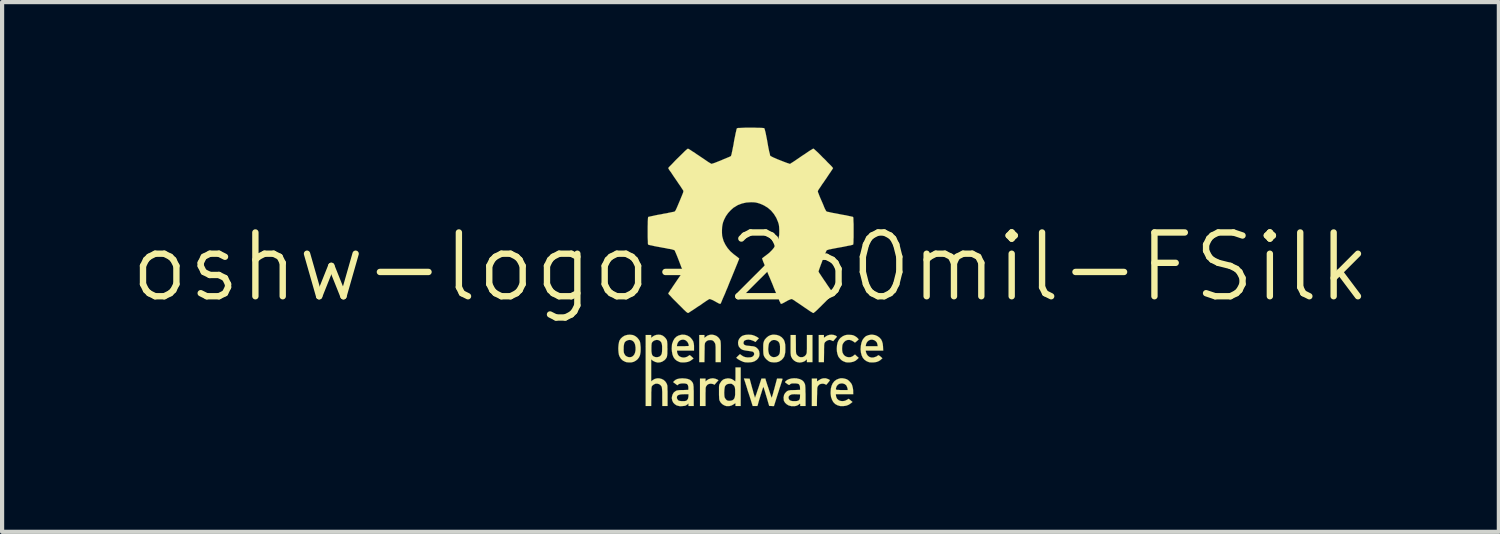
<source format=kicad_pcb>
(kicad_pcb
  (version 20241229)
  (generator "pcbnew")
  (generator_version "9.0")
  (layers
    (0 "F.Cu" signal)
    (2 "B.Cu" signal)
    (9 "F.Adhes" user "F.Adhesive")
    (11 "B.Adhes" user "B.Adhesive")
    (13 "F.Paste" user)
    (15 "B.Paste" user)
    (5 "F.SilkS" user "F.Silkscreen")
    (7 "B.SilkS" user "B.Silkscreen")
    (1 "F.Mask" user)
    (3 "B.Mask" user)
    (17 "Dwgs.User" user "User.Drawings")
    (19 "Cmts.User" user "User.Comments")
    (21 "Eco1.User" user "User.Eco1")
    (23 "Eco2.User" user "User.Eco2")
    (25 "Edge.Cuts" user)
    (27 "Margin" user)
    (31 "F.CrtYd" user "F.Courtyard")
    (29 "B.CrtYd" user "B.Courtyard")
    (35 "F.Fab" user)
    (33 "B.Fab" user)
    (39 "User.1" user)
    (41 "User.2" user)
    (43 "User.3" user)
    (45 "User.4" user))
  (footprint "oshw-logo-250mil-FSilk"
    (layer "F.Cu")
    (at 14.881 3.331)
    (property "Reference" "oshw-logo-250mil-FSilk" (at 0 0 0) (layer "F.SilkS") (effects (font (size 1.524 1.524) (thickness 0.152))))
    (attr through_hole)
    (fp_poly (pts (xy 2.068 1.664) (xy 2.022 1.717) (xy 1.976 1.77) (xy 1.943 1.755) (xy 1.9 1.74) (xy 1.859 1.745) (xy 1.819 1.763) (xy 1.783 1.793) (xy 1.778 1.801) (xy 1.773 1.808) (xy 1.768 1.819) (xy 1.765 1.831) (xy 1.763 1.849) (xy 1.76 1.875) (xy 1.76 1.91) (xy 1.758 1.956) (xy 1.758 2.017) (xy 1.758 2.047) (xy 1.755 2.271) (xy 1.694 2.271) (xy 1.631 2.271) (xy 1.631 1.948) (xy 1.631 1.623) (xy 1.694 1.623) (xy 1.755 1.623) (xy 1.755 1.656) (xy 1.755 1.689) (xy 1.788 1.666) (xy 1.831 1.638) (xy 1.882 1.621) (xy 1.935 1.615) (xy 1.986 1.621) (xy 2.032 1.636) (xy 2.047 1.646) (xy 2.068 1.664)) (stroke (width 0.003) (type solid)) (fill yes) (layer "F.SilkS"))
    (fp_poly (pts (xy -0.765 2.705) (xy -0.813 2.758) (xy -0.859 2.812) (xy -0.884 2.799) (xy -0.919 2.789) (xy -0.958 2.786) (xy -0.996 2.794) (xy -1.013 2.802) (xy -1.034 2.817) (xy -1.054 2.842) (xy -1.057 2.847) (xy -1.062 2.857) (xy -1.067 2.868) (xy -1.069 2.883) (xy -1.072 2.901) (xy -1.072 2.926) (xy -1.072 2.962) (xy -1.074 3.01) (xy -1.074 3.071) (xy -1.074 3.099) (xy -1.074 3.32) (xy -1.14 3.32) (xy -1.206 3.32) (xy -1.206 2.992) (xy -1.206 2.664) (xy -1.14 2.664) (xy -1.074 2.664) (xy -1.074 2.697) (xy -1.074 2.733) (xy -1.054 2.715) (xy -1.008 2.682) (xy -0.955 2.664) (xy -0.897 2.657) (xy -0.843 2.667) (xy -0.792 2.687) (xy -0.765 2.705)) (stroke (width 0.003) (type solid)) (fill yes) (layer "F.SilkS"))
    (fp_poly (pts (xy 1.897 2.705) (xy 1.892 2.713) (xy 1.88 2.731) (xy 1.862 2.753) (xy 1.844 2.776) (xy 1.826 2.797) (xy 1.814 2.809) (xy 1.808 2.814) (xy 1.801 2.809) (xy 1.783 2.799) (xy 1.755 2.789) (xy 1.72 2.786) (xy 1.681 2.791) (xy 1.654 2.802) (xy 1.631 2.819) (xy 1.613 2.845) (xy 1.61 2.847) (xy 1.605 2.857) (xy 1.6 2.868) (xy 1.598 2.883) (xy 1.595 2.903) (xy 1.595 2.931) (xy 1.593 2.969) (xy 1.593 3.018) (xy 1.59 3.081) (xy 1.59 3.099) (xy 1.587 3.32) (xy 1.527 3.32) (xy 1.466 3.32) (xy 1.466 2.992) (xy 1.466 2.664) (xy 1.527 2.664) (xy 1.59 2.664) (xy 1.59 2.697) (xy 1.59 2.718) (xy 1.593 2.728) (xy 1.593 2.731) (xy 1.603 2.725) (xy 1.618 2.713) (xy 1.636 2.703) (xy 1.681 2.675) (xy 1.732 2.659) (xy 1.786 2.657) (xy 1.793 2.657) (xy 1.821 2.664) (xy 1.849 2.675) (xy 1.875 2.685) (xy 1.892 2.697) (xy 1.897 2.705)) (stroke (width 0.003) (type solid)) (fill yes) (layer "F.SilkS"))
    (fp_poly (pts (xy -0.709 2.271) (xy -0.77 2.271) (xy -0.833 2.271) (xy -0.833 2.062) (xy -0.833 1.996) (xy -0.833 1.946) (xy -0.833 1.908) (xy -0.836 1.88) (xy -0.836 1.859) (xy -0.841 1.841) (xy -0.843 1.831) (xy -0.848 1.819) (xy -0.851 1.814) (xy -0.874 1.778) (xy -0.902 1.755) (xy -0.937 1.745) (xy -0.965 1.745) (xy -1.006 1.748) (xy -1.039 1.763) (xy -1.069 1.788) (xy -1.077 1.801) (xy -1.082 1.808) (xy -1.087 1.819) (xy -1.09 1.831) (xy -1.092 1.849) (xy -1.095 1.875) (xy -1.095 1.91) (xy -1.095 1.956) (xy -1.097 2.017) (xy -1.097 2.047) (xy -1.1 2.271) (xy -1.161 2.271) (xy -1.224 2.271) (xy -1.224 1.948) (xy -1.224 1.623) (xy -1.161 1.623) (xy -1.1 1.623) (xy -1.1 1.656) (xy -1.1 1.692) (xy -1.072 1.669) (xy -1.024 1.636) (xy -0.968 1.618) (xy -0.914 1.615) (xy -0.861 1.626) (xy -0.813 1.646) (xy -0.77 1.679) (xy -0.734 1.725) (xy -0.716 1.763) (xy -0.714 1.783) (xy -0.711 1.819) (xy -0.709 1.872) (xy -0.709 1.941) (xy -0.709 2.027) (xy -0.709 2.032) (xy -0.709 2.271)) (stroke (width 0.003) (type solid)) (fill yes) (layer "F.SilkS"))
    (fp_poly (pts (xy 1.481 2.271) (xy 1.415 2.271) (xy 1.349 2.271) (xy 1.349 2.238) (xy 1.349 2.202) (xy 1.326 2.225) (xy 1.283 2.256) (xy 1.232 2.273) (xy 1.176 2.281) (xy 1.123 2.273) (xy 1.09 2.263) (xy 1.041 2.233) (xy 1.001 2.192) (xy 0.973 2.141) (xy 0.968 2.126) (xy 0.965 2.111) (xy 0.963 2.093) (xy 0.96 2.07) (xy 0.958 2.04) (xy 0.958 2.002) (xy 0.958 1.948) (xy 0.958 1.885) (xy 0.958 1.859) (xy 0.958 1.623) (xy 1.019 1.623) (xy 1.082 1.623) (xy 1.085 1.841) (xy 1.085 1.908) (xy 1.085 1.961) (xy 1.087 1.999) (xy 1.087 2.029) (xy 1.09 2.05) (xy 1.092 2.065) (xy 1.097 2.078) (xy 1.102 2.088) (xy 1.133 2.123) (xy 1.168 2.146) (xy 1.201 2.154) (xy 1.247 2.151) (xy 1.285 2.136) (xy 1.318 2.106) (xy 1.331 2.085) (xy 1.336 2.075) (xy 1.341 2.062) (xy 1.344 2.045) (xy 1.346 2.024) (xy 1.346 1.996) (xy 1.349 1.958) (xy 1.349 1.908) (xy 1.349 1.844) (xy 1.349 1.836) (xy 1.349 1.623) (xy 1.415 1.623) (xy 1.481 1.623) (xy 1.481 1.948) (xy 1.481 2.271)) (stroke (width 0.003) (type solid)) (fill yes) (layer "F.SilkS"))
    (fp_poly (pts (xy 2.586 2.169) (xy 2.555 2.2) (xy 2.51 2.238) (xy 2.454 2.263) (xy 2.39 2.276) (xy 2.362 2.278) (xy 2.311 2.278) (xy 2.273 2.273) (xy 2.263 2.268) (xy 2.238 2.258) (xy 2.212 2.248) (xy 2.187 2.233) (xy 2.159 2.21) (xy 2.131 2.179) (xy 2.108 2.151) (xy 2.098 2.134) (xy 2.078 2.078) (xy 2.065 2.012) (xy 2.062 1.948) (xy 2.068 1.867) (xy 2.083 1.798) (xy 2.111 1.74) (xy 2.149 1.694) (xy 2.2 1.656) (xy 2.22 1.646) (xy 2.248 1.633) (xy 2.271 1.626) (xy 2.296 1.621) (xy 2.324 1.618) (xy 2.355 1.618) (xy 2.395 1.621) (xy 2.423 1.623) (xy 2.446 1.628) (xy 2.471 1.636) (xy 2.479 1.641) (xy 2.512 1.659) (xy 2.543 1.681) (xy 2.555 1.694) (xy 2.586 1.727) (xy 2.543 1.768) (xy 2.497 1.806) (xy 2.459 1.778) (xy 2.413 1.753) (xy 2.367 1.74) (xy 2.319 1.742) (xy 2.276 1.758) (xy 2.24 1.788) (xy 2.212 1.826) (xy 2.197 1.859) (xy 2.192 1.902) (xy 2.189 1.953) (xy 2.192 2.002) (xy 2.2 2.045) (xy 2.223 2.088) (xy 2.253 2.121) (xy 2.294 2.144) (xy 2.337 2.154) (xy 2.383 2.154) (xy 2.428 2.139) (xy 2.469 2.111) (xy 2.474 2.108) (xy 2.497 2.088) (xy 2.54 2.129) (xy 2.586 2.169)) (stroke (width 0.003) (type solid)) (fill yes) (layer "F.SilkS"))
    (fp_poly (pts (xy 3.172 1.996) (xy 3.04 1.996) (xy 3.04 1.89) (xy 3.035 1.854) (xy 3.023 1.808) (xy 2.995 1.773) (xy 2.959 1.748) (xy 2.916 1.735) (xy 2.875 1.735) (xy 2.832 1.75) (xy 2.797 1.778) (xy 2.771 1.816) (xy 2.758 1.859) (xy 2.753 1.89) (xy 2.896 1.89) (xy 3.04 1.89) (xy 3.04 1.996) (xy 2.962 1.996) (xy 2.753 1.996) (xy 2.758 2.029) (xy 2.776 2.078) (xy 2.804 2.118) (xy 2.84 2.146) (xy 2.885 2.162) (xy 2.934 2.162) (xy 2.985 2.146) (xy 3.012 2.136) (xy 3.03 2.123) (xy 3.038 2.118) (xy 3.048 2.108) (xy 3.061 2.108) (xy 3.078 2.116) (xy 3.104 2.136) (xy 3.111 2.141) (xy 3.152 2.179) (xy 3.127 2.202) (xy 3.094 2.23) (xy 3.058 2.25) (xy 3.018 2.266) (xy 2.982 2.273) (xy 2.936 2.278) (xy 2.891 2.278) (xy 2.847 2.276) (xy 2.835 2.273) (xy 2.776 2.25) (xy 2.725 2.215) (xy 2.685 2.169) (xy 2.657 2.111) (xy 2.639 2.042) (xy 2.631 1.966) (xy 2.637 1.882) (xy 2.652 1.806) (xy 2.677 1.742) (xy 2.713 1.692) (xy 2.758 1.651) (xy 2.814 1.628) (xy 2.878 1.615) (xy 2.913 1.615) (xy 2.977 1.626) (xy 3.03 1.648) (xy 3.078 1.681) (xy 3.094 1.697) (xy 3.124 1.732) (xy 3.145 1.778) (xy 3.16 1.831) (xy 3.167 1.897) (xy 3.167 1.913) (xy 3.172 1.996)) (stroke (width 0.003) (type solid)) (fill yes) (layer "F.SilkS"))
    (fp_poly (pts (xy -2.624 1.976) (xy -2.626 2.029) (xy -2.634 2.078) (xy -2.642 2.113) (xy -2.664 2.159) (xy -2.697 2.202) (xy -2.741 2.238) (xy -2.746 2.24) (xy -2.746 1.92) (xy -2.756 1.854) (xy -2.774 1.808) (xy -2.802 1.773) (xy -2.837 1.75) (xy -2.88 1.74) (xy -2.924 1.745) (xy -2.969 1.765) (xy -2.992 1.783) (xy -3.01 1.808) (xy -3.02 1.841) (xy -3.028 1.887) (xy -3.03 1.946) (xy -3.03 1.948) (xy -3.03 1.991) (xy -3.028 2.022) (xy -3.025 2.045) (xy -3.018 2.065) (xy -3.01 2.08) (xy -2.985 2.118) (xy -2.946 2.141) (xy -2.903 2.154) (xy -2.86 2.151) (xy -2.835 2.144) (xy -2.802 2.121) (xy -2.774 2.085) (xy -2.756 2.04) (xy -2.746 1.984) (xy -2.746 1.92) (xy -2.746 2.24) (xy -2.784 2.261) (xy -2.797 2.266) (xy -2.85 2.278) (xy -2.906 2.278) (xy -2.962 2.273) (xy -2.992 2.263) (xy -3.048 2.235) (xy -3.094 2.192) (xy -3.124 2.144) (xy -3.142 2.101) (xy -3.152 2.045) (xy -3.157 1.981) (xy -3.157 1.915) (xy -3.152 1.854) (xy -3.142 1.798) (xy -3.132 1.76) (xy -3.099 1.709) (xy -3.056 1.669) (xy -3.005 1.638) (xy -2.946 1.621) (xy -2.883 1.615) (xy -2.817 1.623) (xy -2.797 1.628) (xy -2.751 1.651) (xy -2.708 1.684) (xy -2.672 1.727) (xy -2.644 1.773) (xy -2.642 1.781) (xy -2.634 1.816) (xy -2.629 1.864) (xy -2.624 1.918) (xy -2.624 1.976)) (stroke (width 0.003) (type solid)) (fill yes) (layer "F.SilkS"))
    (fp_poly (pts (xy 2.456 3.038) (xy 2.322 3.038) (xy 2.322 2.939) (xy 2.322 2.916) (xy 2.316 2.888) (xy 2.304 2.857) (xy 2.289 2.827) (xy 2.281 2.819) (xy 2.248 2.794) (xy 2.205 2.781) (xy 2.179 2.779) (xy 2.131 2.786) (xy 2.093 2.807) (xy 2.062 2.842) (xy 2.047 2.88) (xy 2.042 2.901) (xy 2.04 2.916) (xy 2.045 2.926) (xy 2.057 2.931) (xy 2.078 2.936) (xy 2.111 2.936) (xy 2.156 2.939) (xy 2.184 2.939) (xy 2.322 2.939) (xy 2.322 3.038) (xy 2.248 3.038) (xy 2.04 3.038) (xy 2.04 3.056) (xy 2.045 3.086) (xy 2.055 3.119) (xy 2.07 3.147) (xy 2.078 3.155) (xy 2.113 3.185) (xy 2.159 3.2) (xy 2.207 3.203) (xy 2.258 3.195) (xy 2.304 3.172) (xy 2.347 3.147) (xy 2.393 3.185) (xy 2.438 3.223) (xy 2.4 3.254) (xy 2.349 3.289) (xy 2.289 3.312) (xy 2.22 3.322) (xy 2.154 3.322) (xy 2.141 3.32) (xy 2.078 3.302) (xy 2.024 3.272) (xy 1.979 3.226) (xy 1.948 3.17) (xy 1.925 3.104) (xy 1.915 3.025) (xy 1.915 2.99) (xy 1.92 2.908) (xy 1.938 2.837) (xy 1.966 2.776) (xy 2.004 2.728) (xy 2.055 2.69) (xy 2.113 2.667) (xy 2.154 2.657) (xy 2.197 2.657) (xy 2.245 2.664) (xy 2.289 2.677) (xy 2.309 2.685) (xy 2.344 2.71) (xy 2.38 2.746) (xy 2.41 2.784) (xy 2.418 2.797) (xy 2.433 2.837) (xy 2.446 2.891) (xy 2.454 2.946) (xy 2.454 2.995) (xy 2.456 3.038)) (stroke (width 0.003) (type solid)) (fill yes) (layer "F.SilkS"))
    (fp_poly (pts (xy 0.833 1.976) (xy 0.831 2.037) (xy 0.82 2.09) (xy 0.808 2.134) (xy 0.808 2.136) (xy 0.78 2.179) (xy 0.742 2.22) (xy 0.706 2.243) (xy 0.706 1.948) (xy 0.706 1.89) (xy 0.699 1.844) (xy 0.688 1.811) (xy 0.671 1.786) (xy 0.645 1.765) (xy 0.632 1.758) (xy 0.587 1.742) (xy 0.541 1.742) (xy 0.5 1.758) (xy 0.465 1.791) (xy 0.452 1.806) (xy 0.439 1.834) (xy 0.432 1.872) (xy 0.427 1.92) (xy 0.424 1.968) (xy 0.429 2.017) (xy 0.437 2.055) (xy 0.445 2.08) (xy 0.472 2.118) (xy 0.511 2.144) (xy 0.551 2.154) (xy 0.597 2.149) (xy 0.632 2.136) (xy 0.66 2.118) (xy 0.681 2.095) (xy 0.696 2.068) (xy 0.704 2.027) (xy 0.706 1.974) (xy 0.706 1.948) (xy 0.706 2.243) (xy 0.696 2.25) (xy 0.671 2.263) (xy 0.615 2.276) (xy 0.554 2.278) (xy 0.493 2.271) (xy 0.47 2.266) (xy 0.434 2.248) (xy 0.396 2.217) (xy 0.381 2.205) (xy 0.356 2.177) (xy 0.335 2.149) (xy 0.32 2.118) (xy 0.31 2.08) (xy 0.307 2.037) (xy 0.305 1.981) (xy 0.305 1.948) (xy 0.305 1.885) (xy 0.307 1.834) (xy 0.315 1.793) (xy 0.328 1.76) (xy 0.343 1.732) (xy 0.368 1.704) (xy 0.381 1.689) (xy 0.427 1.651) (xy 0.475 1.628) (xy 0.531 1.615) (xy 0.572 1.615) (xy 0.635 1.623) (xy 0.693 1.643) (xy 0.744 1.676) (xy 0.785 1.72) (xy 0.808 1.76) (xy 0.82 1.801) (xy 0.831 1.854) (xy 0.833 1.915) (xy 0.833 1.976)) (stroke (width 0.003) (type solid)) (fill yes) (layer "F.SilkS"))
    (fp_poly (pts (xy -1.349 1.996) (xy -1.473 1.996) (xy -1.473 1.88) (xy -1.478 1.849) (xy -1.491 1.816) (xy -1.509 1.786) (xy -1.514 1.781) (xy -1.549 1.75) (xy -1.59 1.735) (xy -1.636 1.735) (xy -1.679 1.748) (xy -1.714 1.775) (xy -1.74 1.814) (xy -1.753 1.854) (xy -1.758 1.89) (xy -1.615 1.89) (xy -1.562 1.89) (xy -1.521 1.887) (xy -1.494 1.887) (xy -1.478 1.885) (xy -1.473 1.88) (xy -1.473 1.996) (xy -1.552 1.996) (xy -1.755 1.996) (xy -1.755 2.019) (xy -1.75 2.052) (xy -1.735 2.088) (xy -1.714 2.118) (xy -1.702 2.129) (xy -1.661 2.151) (xy -1.613 2.162) (xy -1.565 2.159) (xy -1.516 2.144) (xy -1.473 2.116) (xy -1.468 2.113) (xy -1.46 2.106) (xy -1.45 2.106) (xy -1.44 2.111) (xy -1.422 2.126) (xy -1.407 2.139) (xy -1.361 2.182) (xy -1.389 2.207) (xy -1.44 2.243) (xy -1.496 2.266) (xy -1.56 2.276) (xy -1.585 2.278) (xy -1.631 2.278) (xy -1.666 2.276) (xy -1.697 2.268) (xy -1.702 2.266) (xy -1.76 2.238) (xy -1.806 2.2) (xy -1.841 2.149) (xy -1.864 2.088) (xy -1.877 2.014) (xy -1.882 1.953) (xy -1.88 1.913) (xy -1.877 1.875) (xy -1.875 1.847) (xy -1.872 1.834) (xy -1.847 1.765) (xy -1.814 1.707) (xy -1.77 1.664) (xy -1.72 1.636) (xy -1.656 1.618) (xy -1.631 1.615) (xy -1.567 1.618) (xy -1.509 1.636) (xy -1.458 1.664) (xy -1.427 1.692) (xy -1.394 1.732) (xy -1.369 1.773) (xy -1.356 1.819) (xy -1.349 1.875) (xy -1.349 1.915) (xy -1.349 1.996)) (stroke (width 0.003) (type solid)) (fill yes) (layer "F.SilkS"))
    (fp_poly (pts (xy 0.216 2.07) (xy 0.211 2.126) (xy 0.188 2.174) (xy 0.152 2.215) (xy 0.102 2.248) (xy 0.091 2.253) (xy 0.048 2.268) (xy -0.008 2.276) (xy -0.064 2.278) (xy -0.119 2.276) (xy -0.168 2.266) (xy -0.239 2.235) (xy -0.3 2.2) (xy -0.31 2.192) (xy -0.34 2.167) (xy -0.297 2.123) (xy -0.251 2.08) (xy -0.213 2.108) (xy -0.173 2.134) (xy -0.127 2.151) (xy -0.076 2.159) (xy -0.046 2.159) (xy 0.003 2.156) (xy 0.038 2.146) (xy 0.066 2.126) (xy 0.076 2.113) (xy 0.089 2.085) (xy 0.086 2.057) (xy 0.071 2.032) (xy 0.064 2.027) (xy 0.046 2.019) (xy 0.018 2.014) (xy -0.023 2.007) (xy -0.061 2.002) (xy -0.117 1.994) (xy -0.157 1.986) (xy -0.191 1.976) (xy -0.216 1.963) (xy -0.241 1.943) (xy -0.244 1.941) (xy -0.277 1.9) (xy -0.292 1.857) (xy -0.297 1.808) (xy -0.29 1.76) (xy -0.269 1.714) (xy -0.236 1.674) (xy -0.196 1.643) (xy -0.185 1.641) (xy -0.147 1.626) (xy -0.099 1.618) (xy -0.046 1.615) (xy 0.005 1.618) (xy 0.043 1.623) (xy 0.089 1.638) (xy 0.135 1.659) (xy 0.173 1.681) (xy 0.18 1.687) (xy 0.201 1.702) (xy 0.16 1.745) (xy 0.119 1.791) (xy 0.074 1.765) (xy 0.01 1.742) (xy -0.051 1.732) (xy -0.102 1.74) (xy -0.137 1.753) (xy -0.157 1.773) (xy -0.165 1.803) (xy -0.168 1.811) (xy -0.163 1.834) (xy -0.152 1.852) (xy -0.132 1.864) (xy -0.102 1.875) (xy -0.056 1.88) (xy -0.008 1.885) (xy 0.03 1.89) (xy 0.064 1.892) (xy 0.091 1.9) (xy 0.097 1.9) (xy 0.13 1.915) (xy 0.163 1.943) (xy 0.191 1.976) (xy 0.206 2.007) (xy 0.206 2.009) (xy 0.216 2.07)) (stroke (width 0.003) (type solid)) (fill yes) (layer "F.SilkS"))
    (fp_poly (pts (xy 0.765 2.67) (xy 0.765 2.68) (xy 0.757 2.703) (xy 0.747 2.738) (xy 0.732 2.784) (xy 0.714 2.84) (xy 0.693 2.901) (xy 0.673 2.969) (xy 0.663 2.997) (xy 0.561 3.322) (xy 0.505 3.32) (xy 0.447 3.317) (xy 0.381 3.091) (xy 0.363 3.033) (xy 0.348 2.979) (xy 0.333 2.934) (xy 0.323 2.898) (xy 0.312 2.873) (xy 0.31 2.863) (xy 0.31 2.86) (xy 0.305 2.868) (xy 0.297 2.888) (xy 0.287 2.918) (xy 0.274 2.959) (xy 0.259 3.01) (xy 0.246 3.048) (xy 0.229 3.104) (xy 0.213 3.157) (xy 0.198 3.205) (xy 0.188 3.244) (xy 0.18 3.272) (xy 0.178 3.282) (xy 0.165 3.32) (xy 0.109 3.32) (xy 0.053 3.32) (xy -0.02 3.089) (xy -0.041 3.025) (xy -0.064 2.959) (xy -0.081 2.898) (xy -0.099 2.84) (xy -0.114 2.794) (xy -0.124 2.761) (xy -0.157 2.662) (xy -0.089 2.664) (xy -0.02 2.667) (xy 0.041 2.893) (xy 0.058 2.951) (xy 0.071 3.005) (xy 0.086 3.051) (xy 0.097 3.086) (xy 0.104 3.111) (xy 0.107 3.122) (xy 0.112 3.114) (xy 0.119 3.091) (xy 0.132 3.058) (xy 0.147 3.015) (xy 0.163 2.964) (xy 0.183 2.906) (xy 0.188 2.893) (xy 0.262 2.664) (xy 0.307 2.664) (xy 0.356 2.664) (xy 0.368 2.71) (xy 0.386 2.766) (xy 0.404 2.822) (xy 0.424 2.88) (xy 0.442 2.936) (xy 0.46 2.99) (xy 0.475 3.035) (xy 0.488 3.073) (xy 0.498 3.101) (xy 0.505 3.119) (xy 0.505 3.122) (xy 0.511 3.114) (xy 0.518 3.091) (xy 0.528 3.058) (xy 0.541 3.015) (xy 0.554 2.962) (xy 0.572 2.903) (xy 0.574 2.893) (xy 0.635 2.664) (xy 0.701 2.664) (xy 0.732 2.664) (xy 0.754 2.667) (xy 0.765 2.67)) (stroke (width 0.003) (type solid)) (fill yes) (layer "F.SilkS"))
    (fp_poly (pts (xy -0.234 3.32) (xy -0.295 3.32) (xy -0.358 3.32) (xy -0.358 3.287) (xy -0.358 3.266) (xy -0.361 3.254) (xy -0.363 3.254) (xy -0.366 3.256) (xy -0.366 2.99) (xy -0.366 2.987) (xy -0.366 2.931) (xy -0.371 2.888) (xy -0.376 2.863) (xy -0.394 2.832) (xy -0.419 2.809) (xy -0.447 2.791) (xy -0.465 2.786) (xy -0.518 2.789) (xy -0.559 2.799) (xy -0.589 2.822) (xy -0.612 2.855) (xy -0.612 2.857) (xy -0.617 2.883) (xy -0.622 2.918) (xy -0.625 2.962) (xy -0.627 3.01) (xy -0.625 3.053) (xy -0.622 3.091) (xy -0.617 3.117) (xy -0.615 3.117) (xy -0.599 3.147) (xy -0.574 3.175) (xy -0.554 3.188) (xy -0.523 3.195) (xy -0.485 3.195) (xy -0.447 3.188) (xy -0.427 3.18) (xy -0.401 3.16) (xy -0.384 3.134) (xy -0.373 3.099) (xy -0.366 3.051) (xy -0.366 2.99) (xy -0.366 3.256) (xy -0.371 3.259) (xy -0.389 3.269) (xy -0.394 3.274) (xy -0.447 3.305) (xy -0.505 3.322) (xy -0.566 3.322) (xy -0.582 3.32) (xy -0.632 3.302) (xy -0.678 3.272) (xy -0.716 3.231) (xy -0.742 3.183) (xy -0.742 3.178) (xy -0.747 3.152) (xy -0.749 3.111) (xy -0.752 3.058) (xy -0.752 2.992) (xy -0.752 2.985) (xy -0.752 2.929) (xy -0.752 2.888) (xy -0.752 2.857) (xy -0.749 2.835) (xy -0.747 2.817) (xy -0.742 2.802) (xy -0.734 2.786) (xy -0.729 2.779) (xy -0.696 2.728) (xy -0.655 2.69) (xy -0.605 2.67) (xy -0.544 2.659) (xy -0.533 2.659) (xy -0.488 2.664) (xy -0.45 2.675) (xy -0.411 2.697) (xy -0.394 2.71) (xy -0.376 2.723) (xy -0.363 2.731) (xy -0.361 2.723) (xy -0.361 2.7) (xy -0.358 2.667) (xy -0.358 2.624) (xy -0.358 2.573) (xy -0.358 2.563) (xy -0.358 2.398) (xy -0.295 2.398) (xy -0.234 2.398) (xy -0.234 2.857) (xy -0.234 3.32)) (stroke (width 0.003) (type solid)) (fill yes) (layer "F.SilkS"))
    (fp_poly (pts (xy -1.356 3.32) (xy -1.42 3.32) (xy -1.481 3.32) (xy -1.481 3.292) (xy -1.481 3.081) (xy -1.481 3.038) (xy -1.575 3.038) (xy -1.638 3.04) (xy -1.684 3.045) (xy -1.72 3.056) (xy -1.742 3.071) (xy -1.755 3.091) (xy -1.758 3.104) (xy -1.758 3.134) (xy -1.742 3.165) (xy -1.72 3.188) (xy -1.712 3.193) (xy -1.689 3.198) (xy -1.654 3.203) (xy -1.615 3.203) (xy -1.577 3.203) (xy -1.547 3.198) (xy -1.532 3.193) (xy -1.509 3.172) (xy -1.491 3.142) (xy -1.483 3.101) (xy -1.481 3.081) (xy -1.481 3.292) (xy -1.483 3.272) (xy -1.483 3.264) (xy -1.486 3.261) (xy -1.494 3.266) (xy -1.506 3.282) (xy -1.514 3.287) (xy -1.537 3.302) (xy -1.562 3.315) (xy -1.567 3.315) (xy -1.631 3.322) (xy -1.681 3.325) (xy -1.707 3.32) (xy -1.765 3.305) (xy -1.811 3.274) (xy -1.847 3.236) (xy -1.869 3.188) (xy -1.88 3.134) (xy -1.877 3.104) (xy -1.864 3.051) (xy -1.839 3.005) (xy -1.824 2.99) (xy -1.803 2.974) (xy -1.786 2.962) (xy -1.765 2.951) (xy -1.737 2.946) (xy -1.704 2.941) (xy -1.656 2.939) (xy -1.618 2.939) (xy -1.486 2.934) (xy -1.483 2.893) (xy -1.486 2.852) (xy -1.496 2.819) (xy -1.514 2.797) (xy -1.516 2.794) (xy -1.549 2.784) (xy -1.587 2.779) (xy -1.631 2.779) (xy -1.671 2.784) (xy -1.707 2.794) (xy -1.727 2.807) (xy -1.748 2.824) (xy -1.798 2.786) (xy -1.849 2.748) (xy -1.819 2.718) (xy -1.786 2.692) (xy -1.748 2.675) (xy -1.699 2.664) (xy -1.641 2.659) (xy -1.615 2.659) (xy -1.547 2.664) (xy -1.494 2.675) (xy -1.45 2.692) (xy -1.415 2.718) (xy -1.405 2.731) (xy -1.392 2.746) (xy -1.382 2.761) (xy -1.374 2.779) (xy -1.367 2.799) (xy -1.364 2.827) (xy -1.359 2.863) (xy -1.359 2.906) (xy -1.356 2.962) (xy -1.356 3.033) (xy -1.356 3.073) (xy -1.356 3.32)) (stroke (width 0.003) (type solid)) (fill yes) (layer "F.SilkS"))
    (fp_poly (pts (xy 1.316 3.32) (xy 1.252 3.32) (xy 1.189 3.32) (xy 1.189 3.292) (xy 1.189 3.269) (xy 1.186 3.269) (xy 1.186 3.043) (xy 1.107 3.04) (xy 1.052 3.038) (xy 1.008 3.04) (xy 0.975 3.045) (xy 0.953 3.056) (xy 0.932 3.068) (xy 0.93 3.073) (xy 0.914 3.091) (xy 0.909 3.109) (xy 0.909 3.127) (xy 0.919 3.157) (xy 0.937 3.18) (xy 0.968 3.195) (xy 1.008 3.203) (xy 1.052 3.203) (xy 1.092 3.203) (xy 1.118 3.198) (xy 1.138 3.193) (xy 1.146 3.188) (xy 1.163 3.175) (xy 1.173 3.16) (xy 1.181 3.137) (xy 1.184 3.104) (xy 1.184 3.089) (xy 1.186 3.043) (xy 1.186 3.269) (xy 1.181 3.264) (xy 1.168 3.272) (xy 1.158 3.282) (xy 1.128 3.302) (xy 1.09 3.317) (xy 1.041 3.325) (xy 0.991 3.325) (xy 0.965 3.32) (xy 0.909 3.305) (xy 0.864 3.277) (xy 0.826 3.241) (xy 0.8 3.198) (xy 0.798 3.193) (xy 0.795 3.167) (xy 0.792 3.132) (xy 0.792 3.109) (xy 0.803 3.053) (xy 0.828 3.01) (xy 0.866 2.972) (xy 0.881 2.962) (xy 0.897 2.954) (xy 0.912 2.949) (xy 0.932 2.946) (xy 0.958 2.941) (xy 0.991 2.941) (xy 1.039 2.939) (xy 1.052 2.939) (xy 1.186 2.934) (xy 1.184 2.88) (xy 1.181 2.842) (xy 1.168 2.814) (xy 1.151 2.794) (xy 1.118 2.784) (xy 1.074 2.779) (xy 1.046 2.779) (xy 1.006 2.779) (xy 0.975 2.784) (xy 0.955 2.794) (xy 0.937 2.809) (xy 0.927 2.817) (xy 0.917 2.817) (xy 0.902 2.807) (xy 0.892 2.802) (xy 0.861 2.779) (xy 0.838 2.764) (xy 0.828 2.753) (xy 0.826 2.746) (xy 0.831 2.738) (xy 0.836 2.731) (xy 0.874 2.7) (xy 0.922 2.677) (xy 0.98 2.662) (xy 1.041 2.657) (xy 1.107 2.659) (xy 1.113 2.662) (xy 1.179 2.677) (xy 1.232 2.703) (xy 1.27 2.738) (xy 1.295 2.781) (xy 1.306 2.814) (xy 1.308 2.835) (xy 1.311 2.87) (xy 1.313 2.916) (xy 1.313 2.972) (xy 1.316 3.035) (xy 1.316 3.089) (xy 1.316 3.32)) (stroke (width 0.003) (type solid)) (fill yes) (layer "F.SilkS"))
    (fp_poly (pts (xy -1.981 3.32) (xy -2.042 3.32) (xy -2.106 3.32) (xy -2.108 3.101) (xy -2.108 3.035) (xy -2.108 2.982) (xy -2.111 2.941) (xy -2.113 2.911) (xy -2.116 2.888) (xy -2.118 2.873) (xy -2.121 2.86) (xy -2.126 2.852) (xy -2.151 2.819) (xy -2.184 2.797) (xy -2.223 2.786) (xy -2.266 2.786) (xy -2.304 2.802) (xy -2.339 2.827) (xy -2.349 2.84) (xy -2.355 2.847) (xy -2.36 2.857) (xy -2.362 2.87) (xy -2.365 2.888) (xy -2.367 2.911) (xy -2.367 2.946) (xy -2.37 2.992) (xy -2.37 3.051) (xy -2.37 3.091) (xy -2.372 3.32) (xy -2.438 3.32) (xy -2.504 3.32) (xy -2.504 2.471) (xy -2.504 1.623) (xy -2.438 1.623) (xy -2.372 1.623) (xy -2.372 1.659) (xy -2.372 1.692) (xy -2.349 1.671) (xy -2.306 1.641) (xy -2.253 1.621) (xy -2.197 1.615) (xy -2.141 1.621) (xy -2.129 1.626) (xy -2.093 1.641) (xy -2.057 1.669) (xy -2.024 1.704) (xy -2.002 1.74) (xy -1.999 1.745) (xy -1.994 1.763) (xy -1.991 1.781) (xy -1.989 1.806) (xy -1.986 1.836) (xy -1.986 1.88) (xy -1.986 1.935) (xy -1.984 1.948) (xy -1.986 2.014) (xy -1.986 2.068) (xy -1.991 2.108) (xy -1.996 2.141) (xy -2.007 2.167) (xy -2.022 2.189) (xy -2.04 2.21) (xy -2.055 2.225) (xy -2.106 2.258) (xy -2.111 2.261) (xy -2.111 1.966) (xy -2.111 1.948) (xy -2.111 1.89) (xy -2.116 1.847) (xy -2.126 1.811) (xy -2.139 1.788) (xy -2.159 1.768) (xy -2.164 1.763) (xy -2.2 1.745) (xy -2.24 1.74) (xy -2.281 1.748) (xy -2.316 1.765) (xy -2.344 1.791) (xy -2.352 1.803) (xy -2.36 1.819) (xy -2.362 1.839) (xy -2.365 1.862) (xy -2.367 1.897) (xy -2.367 1.946) (xy -2.367 1.948) (xy -2.367 2.007) (xy -2.362 2.05) (xy -2.355 2.083) (xy -2.344 2.108) (xy -2.327 2.126) (xy -2.306 2.139) (xy -2.271 2.151) (xy -2.233 2.154) (xy -2.195 2.146) (xy -2.167 2.134) (xy -2.144 2.113) (xy -2.129 2.09) (xy -2.118 2.06) (xy -2.113 2.019) (xy -2.111 1.966) (xy -2.111 2.261) (xy -2.159 2.276) (xy -2.215 2.281) (xy -2.271 2.268) (xy -2.324 2.243) (xy -2.344 2.228) (xy -2.372 2.205) (xy -2.372 2.466) (xy -2.372 2.731) (xy -2.334 2.7) (xy -2.286 2.672) (xy -2.233 2.659) (xy -2.179 2.659) (xy -2.126 2.672) (xy -2.078 2.695) (xy -2.037 2.731) (xy -2.007 2.774) (xy -1.989 2.819) (xy -1.986 2.837) (xy -1.984 2.87) (xy -1.984 2.918) (xy -1.981 2.974) (xy -1.981 3.04) (xy -1.981 3.086) (xy -1.981 3.32)) (stroke (width 0.003) (type solid)) (fill yes) (layer "F.SilkS"))
    (fp_poly (pts (xy 2.464 -0.833) (xy 2.464 -0.77) (xy 2.464 -0.711) (xy 2.461 -0.655) (xy 2.461 -0.61) (xy 2.459 -0.572) (xy 2.456 -0.549) (xy 2.454 -0.538) (xy 2.443 -0.533) (xy 2.423 -0.528) (xy 2.39 -0.518) (xy 2.344 -0.511) (xy 2.283 -0.498) (xy 2.21 -0.483) (xy 2.164 -0.475) (xy 2.08 -0.46) (xy 2.012 -0.447) (xy 1.958 -0.437) (xy 1.915 -0.427) (xy 1.882 -0.422) (xy 1.857 -0.414) (xy 1.841 -0.409) (xy 1.829 -0.404) (xy 1.821 -0.399) (xy 1.816 -0.394) (xy 1.814 -0.386) (xy 1.811 -0.381) (xy 1.798 -0.353) (xy 1.783 -0.315) (xy 1.765 -0.269) (xy 1.745 -0.218) (xy 1.722 -0.165) (xy 1.702 -0.109) (xy 1.681 -0.056) (xy 1.664 -0.008) (xy 1.648 0.036) (xy 1.636 0.071) (xy 1.628 0.097) (xy 1.626 0.107) (xy 1.631 0.117) (xy 1.643 0.14) (xy 1.666 0.173) (xy 1.692 0.213) (xy 1.725 0.262) (xy 1.76 0.315) (xy 1.791 0.358) (xy 1.836 0.427) (xy 1.875 0.483) (xy 1.905 0.526) (xy 1.928 0.561) (xy 1.946 0.587) (xy 1.958 0.607) (xy 1.963 0.62) (xy 1.968 0.63) (xy 1.968 0.638) (xy 1.968 0.643) (xy 1.963 0.648) (xy 1.958 0.655) (xy 1.938 0.676) (xy 1.913 0.704) (xy 1.877 0.739) (xy 1.836 0.782) (xy 1.791 0.828) (xy 1.74 0.879) (xy 1.737 0.881) (xy 1.679 0.94) (xy 1.631 0.986) (xy 1.593 1.024) (xy 1.562 1.052) (xy 1.539 1.072) (xy 1.521 1.085) (xy 1.511 1.095) (xy 1.501 1.097) (xy 1.496 1.097) (xy 1.486 1.092) (xy 1.463 1.077) (xy 1.427 1.057) (xy 1.387 1.029) (xy 1.339 0.996) (xy 1.285 0.96) (xy 1.245 0.932) (xy 1.189 0.894) (xy 1.138 0.859) (xy 1.09 0.828) (xy 1.052 0.8) (xy 1.021 0.782) (xy 1.001 0.77) (xy 0.993 0.765) (xy 0.986 0.765) (xy 0.973 0.765) (xy 0.958 0.77) (xy 0.935 0.78) (xy 0.904 0.792) (xy 0.864 0.815) (xy 0.813 0.843) (xy 0.78 0.861) (xy 0.752 0.874) (xy 0.734 0.879) (xy 0.724 0.876) (xy 0.719 0.866) (xy 0.709 0.843) (xy 0.691 0.808) (xy 0.673 0.762) (xy 0.648 0.706) (xy 0.622 0.643) (xy 0.592 0.574) (xy 0.561 0.5) (xy 0.531 0.422) (xy 0.498 0.343) (xy 0.465 0.264) (xy 0.432 0.188) (xy 0.401 0.112) (xy 0.373 0.041) (xy 0.348 -0.023) (xy 0.325 -0.081) (xy 0.305 -0.127) (xy 0.292 -0.165) (xy 0.282 -0.191) (xy 0.277 -0.203) (xy 0.284 -0.213) (xy 0.305 -0.229) (xy 0.33 -0.249) (xy 0.358 -0.269) (xy 0.447 -0.338) (xy 0.518 -0.409) (xy 0.577 -0.483) (xy 0.622 -0.561) (xy 0.64 -0.602) (xy 0.663 -0.66) (xy 0.676 -0.711) (xy 0.686 -0.762) (xy 0.688 -0.818) (xy 0.688 -0.884) (xy 0.688 -0.892) (xy 0.686 -0.94) (xy 0.683 -0.978) (xy 0.678 -1.011) (xy 0.671 -1.039) (xy 0.66 -1.072) (xy 0.66 -1.074) (xy 0.617 -1.176) (xy 0.561 -1.267) (xy 0.493 -1.349) (xy 0.414 -1.417) (xy 0.323 -1.473) (xy 0.224 -1.516) (xy 0.17 -1.532) (xy 0.13 -1.542) (xy 0.086 -1.547) (xy 0.036 -1.549) (xy 0.005 -1.549) (xy -0.102 -1.542) (xy -0.203 -1.519) (xy -0.3 -1.483) (xy -0.391 -1.427) (xy -0.404 -1.42) (xy -0.47 -1.361) (xy -0.533 -1.293) (xy -0.587 -1.217) (xy -0.63 -1.133) (xy -0.655 -1.069) (xy -0.668 -1.016) (xy -0.678 -0.953) (xy -0.681 -0.884) (xy -0.681 -0.818) (xy -0.678 -0.757) (xy -0.671 -0.721) (xy -0.643 -0.622) (xy -0.599 -0.533) (xy -0.546 -0.452) (xy -0.48 -0.376) (xy -0.399 -0.305) (xy -0.351 -0.269) (xy -0.32 -0.246) (xy -0.295 -0.226) (xy -0.277 -0.211) (xy -0.269 -0.203) (xy -0.272 -0.196) (xy -0.279 -0.173) (xy -0.295 -0.137) (xy -0.312 -0.091) (xy -0.335 -0.036) (xy -0.361 0.028) (xy -0.389 0.097) (xy -0.419 0.17) (xy -0.45 0.246) (xy -0.483 0.325) (xy -0.516 0.406) (xy -0.546 0.483) (xy -0.579 0.559) (xy -0.607 0.63) (xy -0.635 0.693) (xy -0.66 0.749) (xy -0.681 0.8) (xy -0.696 0.838) (xy -0.709 0.864) (xy -0.714 0.876) (xy -0.716 0.876) (xy -0.726 0.879) (xy -0.744 0.874) (xy -0.772 0.861) (xy -0.831 0.828) (xy -0.876 0.803) (xy -0.912 0.785) (xy -0.94 0.775) (xy -0.958 0.767) (xy -0.97 0.765) (xy -0.98 0.765) (xy -0.986 0.765) (xy -0.996 0.772) (xy -1.021 0.787) (xy -1.054 0.808) (xy -1.095 0.836) (xy -1.143 0.869) (xy -1.196 0.907) (xy -1.237 0.932) (xy -1.293 0.97) (xy -1.346 1.006) (xy -1.392 1.036) (xy -1.433 1.062) (xy -1.463 1.082) (xy -1.483 1.095) (xy -1.491 1.097) (xy -1.496 1.095) (xy -1.506 1.092) (xy -1.519 1.082) (xy -1.537 1.069) (xy -1.56 1.046) (xy -1.59 1.019) (xy -1.628 0.98) (xy -1.676 0.932) (xy -1.735 0.874) (xy -1.737 0.871) (xy -1.788 0.82) (xy -1.834 0.775) (xy -1.875 0.732) (xy -1.91 0.693) (xy -1.938 0.665) (xy -1.956 0.645) (xy -1.963 0.635) (xy -1.963 0.63) (xy -1.958 0.62) (xy -1.951 0.607) (xy -1.935 0.587) (xy -1.918 0.556) (xy -1.892 0.521) (xy -1.862 0.475) (xy -1.824 0.419) (xy -1.778 0.351) (xy -1.722 0.269) (xy -1.712 0.254) (xy -1.681 0.211) (xy -1.656 0.173) (xy -1.636 0.14) (xy -1.621 0.114) (xy -1.615 0.102) (xy -1.618 0.091) (xy -1.626 0.069) (xy -1.638 0.033) (xy -1.656 -0.008) (xy -1.674 -0.058) (xy -1.694 -0.109) (xy -1.714 -0.163) (xy -1.735 -0.216) (xy -1.755 -0.267) (xy -1.773 -0.31) (xy -1.788 -0.345) (xy -1.801 -0.373) (xy -1.803 -0.381) (xy -1.806 -0.389) (xy -1.811 -0.396) (xy -1.816 -0.401) (xy -1.826 -0.406) (xy -1.839 -0.411) (xy -1.859 -0.417) (xy -1.885 -0.424) (xy -1.923 -0.432) (xy -1.971 -0.439) (xy -2.029 -0.452) (xy -2.106 -0.465) (xy -2.156 -0.475) (xy -2.24 -0.49) (xy -2.306 -0.503) (xy -2.36 -0.516) (xy -2.4 -0.523) (xy -2.428 -0.531) (xy -2.441 -0.536) (xy -2.446 -0.538) (xy -2.449 -0.551) (xy -2.451 -0.577) (xy -2.451 -0.615) (xy -2.454 -0.663) (xy -2.456 -0.719) (xy -2.456 -0.78) (xy -2.456 -0.843) (xy -2.456 -0.907) (xy -2.456 -0.97) (xy -2.454 -1.031) (xy -2.454 -1.085) (xy -2.451 -1.13) (xy -2.449 -1.166) (xy -2.446 -1.189) (xy -2.443 -1.196) (xy -2.433 -1.201) (xy -2.408 -1.206) (xy -2.372 -1.214) (xy -2.324 -1.224) (xy -2.266 -1.237) (xy -2.202 -1.25) (xy -2.139 -1.26) (xy -2.07 -1.275) (xy -2.004 -1.285) (xy -1.948 -1.298) (xy -1.897 -1.308) (xy -1.859 -1.316) (xy -1.831 -1.321) (xy -1.821 -1.323) (xy -1.814 -1.328) (xy -1.808 -1.331) (xy -1.803 -1.336) (xy -1.796 -1.346) (xy -1.786 -1.361) (xy -1.775 -1.384) (xy -1.76 -1.417) (xy -1.742 -1.458) (xy -1.72 -1.511) (xy -1.692 -1.577) (xy -1.681 -1.603) (xy -1.656 -1.664) (xy -1.636 -1.712) (xy -1.621 -1.75) (xy -1.61 -1.778) (xy -1.605 -1.798) (xy -1.603 -1.811) (xy -1.603 -1.821) (xy -1.61 -1.834) (xy -1.626 -1.859) (xy -1.648 -1.892) (xy -1.674 -1.933) (xy -1.707 -1.979) (xy -1.74 -2.029) (xy -1.793 -2.106) (xy -1.836 -2.169) (xy -1.872 -2.223) (xy -1.9 -2.266) (xy -1.923 -2.296) (xy -1.941 -2.322) (xy -1.951 -2.339) (xy -1.958 -2.352) (xy -1.963 -2.36) (xy -1.963 -2.365) (xy -1.963 -2.367) (xy -1.958 -2.375) (xy -1.943 -2.393) (xy -1.918 -2.418) (xy -1.882 -2.454) (xy -1.844 -2.494) (xy -1.798 -2.543) (xy -1.748 -2.593) (xy -1.737 -2.603) (xy -1.669 -2.67) (xy -1.613 -2.725) (xy -1.567 -2.771) (xy -1.532 -2.802) (xy -1.506 -2.822) (xy -1.494 -2.83) (xy -1.483 -2.824) (xy -1.46 -2.812) (xy -1.427 -2.791) (xy -1.387 -2.764) (xy -1.336 -2.733) (xy -1.283 -2.695) (xy -1.224 -2.657) (xy -1.214 -2.649) (xy -1.156 -2.611) (xy -1.1 -2.573) (xy -1.052 -2.54) (xy -1.008 -2.51) (xy -0.973 -2.489) (xy -0.947 -2.474) (xy -0.937 -2.466) (xy -0.935 -2.466) (xy -0.922 -2.469) (xy -0.892 -2.477) (xy -0.848 -2.492) (xy -0.79 -2.515) (xy -0.719 -2.543) (xy -0.701 -2.55) (xy -0.643 -2.576) (xy -0.592 -2.596) (xy -0.546 -2.616) (xy -0.508 -2.631) (xy -0.483 -2.644) (xy -0.47 -2.649) (xy -0.465 -2.657) (xy -0.46 -2.672) (xy -0.452 -2.697) (xy -0.445 -2.733) (xy -0.434 -2.781) (xy -0.422 -2.845) (xy -0.406 -2.921) (xy -0.396 -2.985) (xy -0.381 -3.068) (xy -0.366 -3.137) (xy -0.356 -3.193) (xy -0.345 -3.236) (xy -0.338 -3.269) (xy -0.333 -3.292) (xy -0.328 -3.307) (xy -0.323 -3.315) (xy -0.32 -3.317) (xy -0.307 -3.32) (xy -0.279 -3.325) (xy -0.241 -3.325) (xy -0.193 -3.327) (xy -0.137 -3.33) (xy -0.076 -3.33) (xy -0.013 -3.33) (xy 0.053 -3.33) (xy 0.117 -3.33) (xy 0.175 -3.327) (xy 0.229 -3.327) (xy 0.272 -3.325) (xy 0.305 -3.322) (xy 0.325 -3.32) (xy 0.328 -3.317) (xy 0.333 -3.312) (xy 0.338 -3.299) (xy 0.343 -3.279) (xy 0.351 -3.251) (xy 0.361 -3.211) (xy 0.371 -3.16) (xy 0.384 -3.096) (xy 0.399 -3.018) (xy 0.404 -2.99) (xy 0.419 -2.901) (xy 0.434 -2.824) (xy 0.447 -2.761) (xy 0.46 -2.713) (xy 0.467 -2.677) (xy 0.472 -2.659) (xy 0.475 -2.657) (xy 0.488 -2.649) (xy 0.511 -2.637) (xy 0.546 -2.619) (xy 0.589 -2.601) (xy 0.64 -2.578) (xy 0.691 -2.558) (xy 0.744 -2.537) (xy 0.795 -2.517) (xy 0.843 -2.499) (xy 0.884 -2.484) (xy 0.917 -2.474) (xy 0.937 -2.466) (xy 0.945 -2.466) (xy 0.955 -2.471) (xy 0.978 -2.487) (xy 1.011 -2.507) (xy 1.054 -2.535) (xy 1.102 -2.568) (xy 1.158 -2.606) (xy 1.217 -2.647) (xy 1.224 -2.652) (xy 1.283 -2.69) (xy 1.339 -2.728) (xy 1.387 -2.761) (xy 1.43 -2.789) (xy 1.466 -2.809) (xy 1.488 -2.824) (xy 1.501 -2.83) (xy 1.514 -2.824) (xy 1.537 -2.804) (xy 1.57 -2.774) (xy 1.615 -2.733) (xy 1.671 -2.677) (xy 1.737 -2.609) (xy 1.745 -2.603) (xy 1.796 -2.553) (xy 1.841 -2.504) (xy 1.885 -2.461) (xy 1.92 -2.426) (xy 1.946 -2.398) (xy 1.963 -2.377) (xy 1.971 -2.367) (xy 1.974 -2.367) (xy 1.971 -2.362) (xy 1.968 -2.355) (xy 1.961 -2.344) (xy 1.951 -2.327) (xy 1.935 -2.304) (xy 1.915 -2.273) (xy 1.887 -2.233) (xy 1.854 -2.184) (xy 1.814 -2.123) (xy 1.763 -2.05) (xy 1.75 -2.029) (xy 1.714 -1.981) (xy 1.684 -1.933) (xy 1.656 -1.892) (xy 1.633 -1.859) (xy 1.618 -1.834) (xy 1.613 -1.824) (xy 1.613 -1.821) (xy 1.61 -1.814) (xy 1.61 -1.801) (xy 1.615 -1.783) (xy 1.626 -1.758) (xy 1.638 -1.725) (xy 1.656 -1.679) (xy 1.681 -1.621) (xy 1.689 -1.603) (xy 1.72 -1.532) (xy 1.745 -1.473) (xy 1.763 -1.427) (xy 1.778 -1.394) (xy 1.791 -1.369) (xy 1.801 -1.351) (xy 1.808 -1.339) (xy 1.814 -1.333) (xy 1.821 -1.328) (xy 1.826 -1.326) (xy 1.829 -1.323) (xy 1.841 -1.321) (xy 1.869 -1.316) (xy 1.91 -1.306) (xy 1.961 -1.295) (xy 2.019 -1.285) (xy 2.083 -1.273) (xy 2.146 -1.26) (xy 2.215 -1.247) (xy 2.278 -1.237) (xy 2.334 -1.224) (xy 2.383 -1.214) (xy 2.418 -1.206) (xy 2.443 -1.201) (xy 2.451 -1.196) (xy 2.456 -1.186) (xy 2.459 -1.161) (xy 2.459 -1.125) (xy 2.461 -1.077) (xy 2.464 -1.024) (xy 2.464 -0.963) (xy 2.464 -0.899) (xy 2.464 -0.833)) (stroke (width 0.003) (type solid)) (fill yes) (layer "F.SilkS")))
  (gr_rect
    (start -3 -3)
    (end 32.762 9.657)
    (stroke (width 0.1) (type default))
    (fill no)
    (layer "Edge.Cuts")))
</source>
